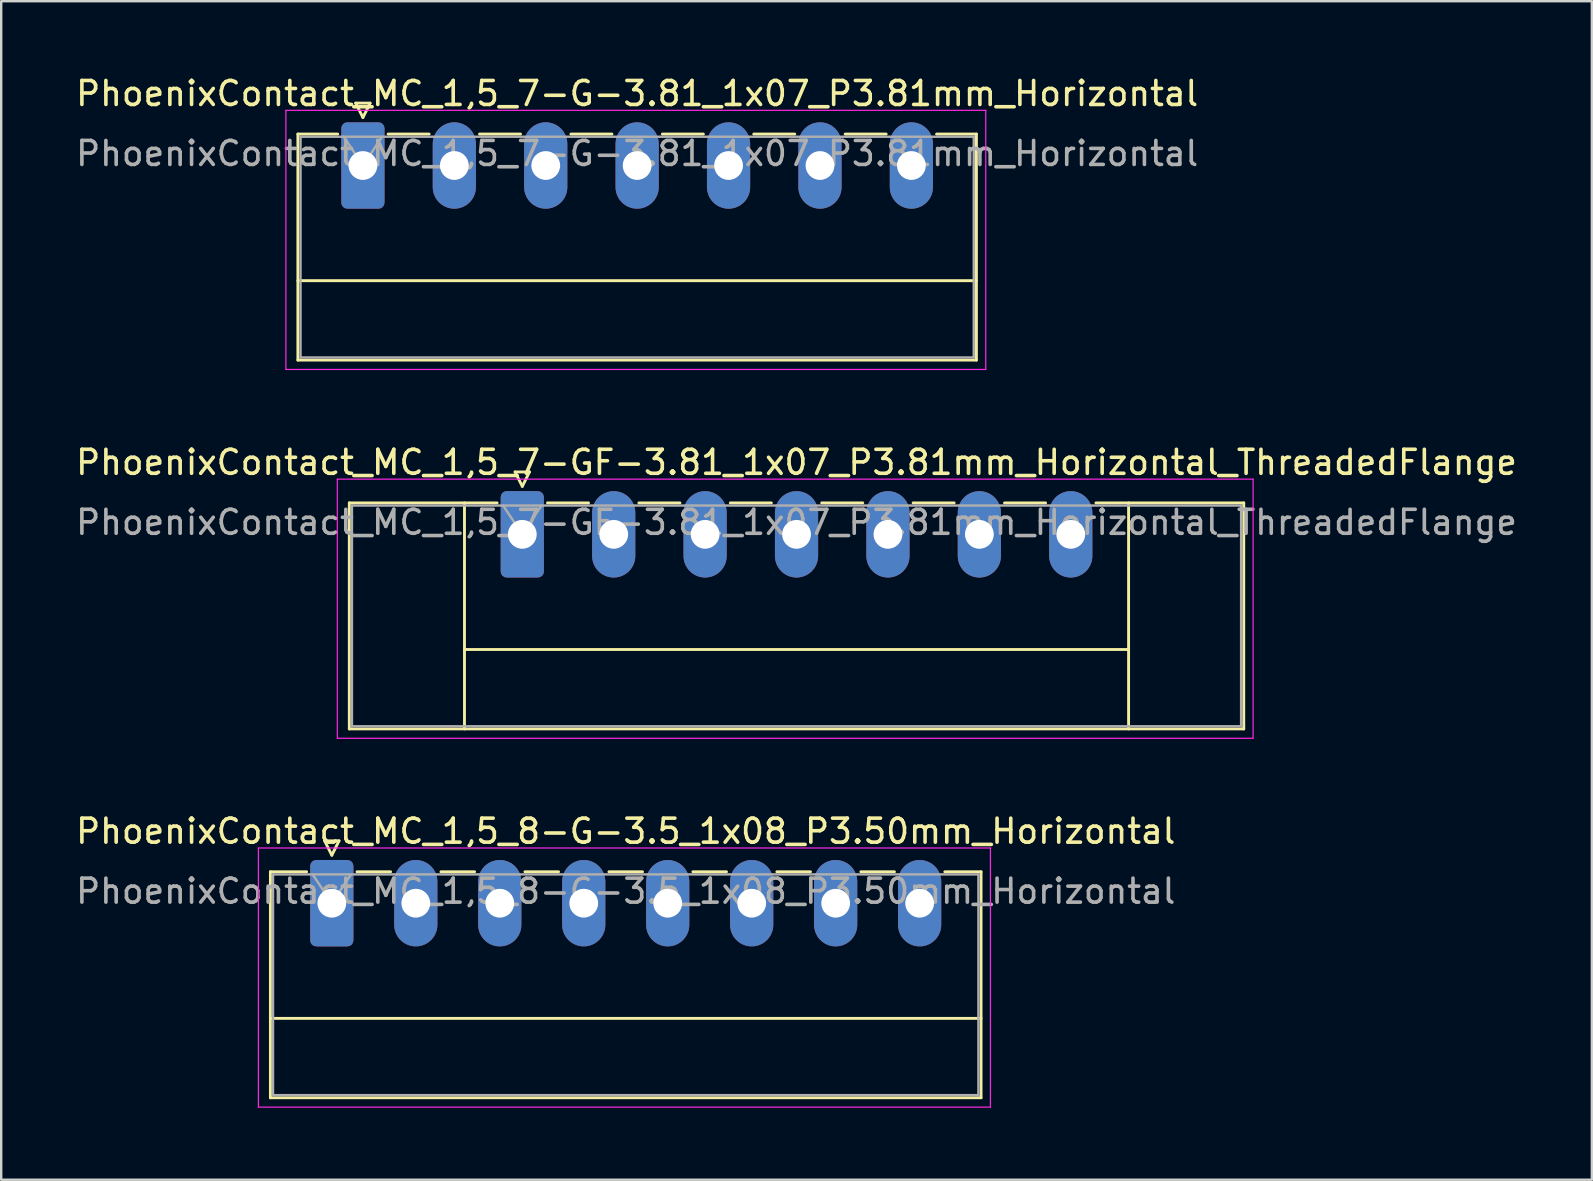
<source format=kicad_pcb>
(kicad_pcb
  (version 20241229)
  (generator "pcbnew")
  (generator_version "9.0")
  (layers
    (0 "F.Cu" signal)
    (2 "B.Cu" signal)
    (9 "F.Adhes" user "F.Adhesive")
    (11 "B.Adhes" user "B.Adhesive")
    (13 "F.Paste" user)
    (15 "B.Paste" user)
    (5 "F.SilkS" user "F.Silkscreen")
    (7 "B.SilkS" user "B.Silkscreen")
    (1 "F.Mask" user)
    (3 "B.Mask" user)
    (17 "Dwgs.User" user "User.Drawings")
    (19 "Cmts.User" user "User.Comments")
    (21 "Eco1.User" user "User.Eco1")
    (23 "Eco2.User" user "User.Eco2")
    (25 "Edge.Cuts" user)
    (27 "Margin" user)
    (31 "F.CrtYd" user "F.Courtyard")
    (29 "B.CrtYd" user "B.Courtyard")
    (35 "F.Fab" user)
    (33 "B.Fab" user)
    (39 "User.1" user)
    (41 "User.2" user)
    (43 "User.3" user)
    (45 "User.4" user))
  (footprint "PhoenixContact_MC_1,5_7-G-3.81_1x07_P3.81mm_Horizontal"
    (layer "F.Cu")
    (at 12.076 3.848)
    (property "Reference" "PhoenixContact_MC_1,5_7-G-3.81_1x07_P3.81mm_Horizontal" (at 11.43 -3 0) (layer "F.SilkS") (effects (font (size 1 1) (thickness 0.15))))
    (attr through_hole)
    (fp_line (start -2.71 -1.31) (end -2.71 8.11) (stroke (width 0.12) (type solid)) (layer "F.SilkS"))
    (fp_line (start -2.71 -1.31) (end -1.05 -1.31) (stroke (width 0.12) (type solid)) (layer "F.SilkS"))
    (fp_line (start -2.71 4.8) (end 25.57 4.8) (stroke (width 0.12) (type solid)) (layer "F.SilkS"))
    (fp_line (start -2.71 8.11) (end 25.57 8.11) (stroke (width 0.12) (type solid)) (layer "F.SilkS"))
    (fp_line (start -0.3 -2.6) (end 0.3 -2.6) (stroke (width 0.12) (type solid)) (layer "F.SilkS"))
    (fp_line (start 0 -2) (end -0.3 -2.6) (stroke (width 0.12) (type solid)) (layer "F.SilkS"))
    (fp_line (start 0.3 -2.6) (end 0 -2) (stroke (width 0.12) (type solid)) (layer "F.SilkS"))
    (fp_line (start 1.05 -1.31) (end 2.76 -1.31) (stroke (width 0.12) (type solid)) (layer "F.SilkS"))
    (fp_line (start 4.86 -1.31) (end 6.57 -1.31) (stroke (width 0.12) (type solid)) (layer "F.SilkS"))
    (fp_line (start 8.67 -1.31) (end 10.38 -1.31) (stroke (width 0.12) (type solid)) (layer "F.SilkS"))
    (fp_line (start 12.48 -1.31) (end 14.19 -1.31) (stroke (width 0.12) (type solid)) (layer "F.SilkS"))
    (fp_line (start 16.29 -1.31) (end 18 -1.31) (stroke (width 0.12) (type solid)) (layer "F.SilkS"))
    (fp_line (start 20.1 -1.31) (end 21.81 -1.31) (stroke (width 0.12) (type solid)) (layer "F.SilkS"))
    (fp_line (start 25.57 -1.31) (end 23.91 -1.31) (stroke (width 0.12) (type solid)) (layer "F.SilkS"))
    (fp_line (start 25.57 8.11) (end 25.57 -1.31) (stroke (width 0.12) (type solid)) (layer "F.SilkS"))
    (fp_line (start -3.21 -2.3) (end -3.21 8.5) (stroke (width 0.05) (type solid)) (layer "F.CrtYd"))
    (fp_line (start -3.21 8.5) (end 25.96 8.5) (stroke (width 0.05) (type solid)) (layer "F.CrtYd"))
    (fp_line (start 25.96 -2.3) (end -3.21 -2.3) (stroke (width 0.05) (type solid)) (layer "F.CrtYd"))
    (fp_line (start 25.96 8.5) (end 25.96 -2.3) (stroke (width 0.05) (type solid)) (layer "F.CrtYd"))
    (fp_line (start -2.6 -1.2) (end -2.6 8) (stroke (width 0.1) (type solid)) (layer "F.Fab"))
    (fp_line (start -2.6 8) (end 25.46 8) (stroke (width 0.1) (type solid)) (layer "F.Fab"))
    (fp_line (start 0 0) (end -0.8 -1.2) (stroke (width 0.1) (type solid)) (layer "F.Fab"))
    (fp_line (start 0.8 -1.2) (end 0 0) (stroke (width 0.1) (type solid)) (layer "F.Fab"))
    (fp_line (start 25.46 -1.2) (end -2.6 -1.2) (stroke (width 0.1) (type solid)) (layer "F.Fab"))
    (fp_line (start 25.46 8) (end 25.46 -1.2) (stroke (width 0.1) (type solid)) (layer "F.Fab"))
    (fp_text user "${REFERENCE}" (at 11.43 -0.5 0) (layer "F.Fab") (effects (font (size 1 1) (thickness 0.15))))
    (pad "1" thru_hole roundrect (at 0 0) (size 1.8 3.6) (drill 1.2) (layers "*.Cu" "*.Mask") (roundrect_rratio 0.139))
    (pad "2" thru_hole oval (at 3.81 0) (size 1.8 3.6) (drill 1.2) (layers "*.Cu" "*.Mask"))
    (pad "3" thru_hole oval (at 7.62 0) (size 1.8 3.6) (drill 1.2) (layers "*.Cu" "*.Mask"))
    (pad "4" thru_hole oval (at 11.43 0) (size 1.8 3.6) (drill 1.2) (layers "*.Cu" "*.Mask"))
    (pad "5" thru_hole oval (at 15.24 0) (size 1.8 3.6) (drill 1.2) (layers "*.Cu" "*.Mask"))
    (pad "6" thru_hole oval (at 19.05 0) (size 1.8 3.6) (drill 1.2) (layers "*.Cu" "*.Mask"))
    (pad "7" thru_hole oval (at 22.86 0) (size 1.8 3.6) (drill 1.2) (layers "*.Cu" "*.Mask")))
  (footprint "PhoenixContact_MC_1,5_7-GF-3.81_1x07_P3.81mm_Horizontal_ThreadedFlange"
    (layer "F.Cu")
    (at 18.719 19.221)
    (property "Reference" "PhoenixContact_MC_1,5_7-GF-3.81_1x07_P3.81mm_Horizontal_ThreadedFlange" (at 11.43 -3 0) (layer "F.SilkS") (effects (font (size 1 1) (thickness 0.15))))
    (attr through_hole)
    (fp_line (start -7.21 -1.31) (end -7.21 8.11) (stroke (width 0.12) (type solid)) (layer "F.SilkS"))
    (fp_line (start -7.21 -1.31) (end -1.05 -1.31) (stroke (width 0.12) (type solid)) (layer "F.SilkS"))
    (fp_line (start -7.21 8.11) (end 30.07 8.11) (stroke (width 0.12) (type solid)) (layer "F.SilkS"))
    (fp_line (start -2.41 -1.31) (end -2.41 8.11) (stroke (width 0.12) (type solid)) (layer "F.SilkS"))
    (fp_line (start -2.41 4.8) (end 25.27 4.8) (stroke (width 0.12) (type solid)) (layer "F.SilkS"))
    (fp_line (start -0.3 -2.6) (end 0.3 -2.6) (stroke (width 0.12) (type solid)) (layer "F.SilkS"))
    (fp_line (start 0 -2) (end -0.3 -2.6) (stroke (width 0.12) (type solid)) (layer "F.SilkS"))
    (fp_line (start 0.3 -2.6) (end 0 -2) (stroke (width 0.12) (type solid)) (layer "F.SilkS"))
    (fp_line (start 1.05 -1.31) (end 2.76 -1.31) (stroke (width 0.12) (type solid)) (layer "F.SilkS"))
    (fp_line (start 4.86 -1.31) (end 6.57 -1.31) (stroke (width 0.12) (type solid)) (layer "F.SilkS"))
    (fp_line (start 8.67 -1.31) (end 10.38 -1.31) (stroke (width 0.12) (type solid)) (layer "F.SilkS"))
    (fp_line (start 12.48 -1.31) (end 14.19 -1.31) (stroke (width 0.12) (type solid)) (layer "F.SilkS"))
    (fp_line (start 16.29 -1.31) (end 18 -1.31) (stroke (width 0.12) (type solid)) (layer "F.SilkS"))
    (fp_line (start 20.1 -1.31) (end 21.81 -1.31) (stroke (width 0.12) (type solid)) (layer "F.SilkS"))
    (fp_line (start 25.27 -1.31) (end 25.27 8.11) (stroke (width 0.12) (type solid)) (layer "F.SilkS"))
    (fp_line (start 30.07 -1.31) (end 23.91 -1.31) (stroke (width 0.12) (type solid)) (layer "F.SilkS"))
    (fp_line (start 30.07 8.11) (end 30.07 -1.31) (stroke (width 0.12) (type solid)) (layer "F.SilkS"))
    (fp_line (start -7.71 -2.3) (end -7.71 8.5) (stroke (width 0.05) (type solid)) (layer "F.CrtYd"))
    (fp_line (start -7.71 8.5) (end 30.46 8.5) (stroke (width 0.05) (type solid)) (layer "F.CrtYd"))
    (fp_line (start 30.46 -2.3) (end -7.71 -2.3) (stroke (width 0.05) (type solid)) (layer "F.CrtYd"))
    (fp_line (start 30.46 8.5) (end 30.46 -2.3) (stroke (width 0.05) (type solid)) (layer "F.CrtYd"))
    (fp_line (start -7.1 -1.2) (end -7.1 8) (stroke (width 0.1) (type solid)) (layer "F.Fab"))
    (fp_line (start -7.1 8) (end 29.96 8) (stroke (width 0.1) (type solid)) (layer "F.Fab"))
    (fp_line (start 0 0) (end -0.8 -1.2) (stroke (width 0.1) (type solid)) (layer "F.Fab"))
    (fp_line (start 0.8 -1.2) (end 0 0) (stroke (width 0.1) (type solid)) (layer "F.Fab"))
    (fp_line (start 29.96 -1.2) (end -7.1 -1.2) (stroke (width 0.1) (type solid)) (layer "F.Fab"))
    (fp_line (start 29.96 8) (end 29.96 -1.2) (stroke (width 0.1) (type solid)) (layer "F.Fab"))
    (fp_text user "${REFERENCE}" (at 11.43 -0.5 0) (layer "F.Fab") (effects (font (size 1 1) (thickness 0.15))))
    (pad "1" thru_hole roundrect (at 0 0) (size 1.8 3.6) (drill 1.2) (layers "*.Cu" "*.Mask") (roundrect_rratio 0.139))
    (pad "2" thru_hole oval (at 3.81 0) (size 1.8 3.6) (drill 1.2) (layers "*.Cu" "*.Mask"))
    (pad "3" thru_hole oval (at 7.62 0) (size 1.8 3.6) (drill 1.2) (layers "*.Cu" "*.Mask"))
    (pad "4" thru_hole oval (at 11.43 0) (size 1.8 3.6) (drill 1.2) (layers "*.Cu" "*.Mask"))
    (pad "5" thru_hole oval (at 15.24 0) (size 1.8 3.6) (drill 1.2) (layers "*.Cu" "*.Mask"))
    (pad "6" thru_hole oval (at 19.05 0) (size 1.8 3.6) (drill 1.2) (layers "*.Cu" "*.Mask"))
    (pad "7" thru_hole oval (at 22.86 0) (size 1.8 3.6) (drill 1.2) (layers "*.Cu" "*.Mask")))
  (footprint "PhoenixContact_MC_1,5_8-G-3.5_1x08_P3.50mm_Horizontal"
    (layer "F.Cu")
    (at 10.78 34.595)
    (property "Reference" "PhoenixContact_MC_1,5_8-G-3.5_1x08_P3.50mm_Horizontal" (at 12.25 -3 0) (layer "F.SilkS") (effects (font (size 1 1) (thickness 0.15))))
    (attr through_hole)
    (fp_line (start -2.56 -1.31) (end -2.56 8.11) (stroke (width 0.12) (type solid)) (layer "F.SilkS"))
    (fp_line (start -2.56 -1.31) (end -1.05 -1.31) (stroke (width 0.12) (type solid)) (layer "F.SilkS"))
    (fp_line (start -2.56 4.8) (end 27.06 4.8) (stroke (width 0.12) (type solid)) (layer "F.SilkS"))
    (fp_line (start -2.56 8.11) (end 27.06 8.11) (stroke (width 0.12) (type solid)) (layer "F.SilkS"))
    (fp_line (start -0.3 -2.6) (end 0.3 -2.6) (stroke (width 0.12) (type solid)) (layer "F.SilkS"))
    (fp_line (start 0 -2) (end -0.3 -2.6) (stroke (width 0.12) (type solid)) (layer "F.SilkS"))
    (fp_line (start 0.3 -2.6) (end 0 -2) (stroke (width 0.12) (type solid)) (layer "F.SilkS"))
    (fp_line (start 1.05 -1.31) (end 2.45 -1.31) (stroke (width 0.12) (type solid)) (layer "F.SilkS"))
    (fp_line (start 4.55 -1.31) (end 5.95 -1.31) (stroke (width 0.12) (type solid)) (layer "F.SilkS"))
    (fp_line (start 8.05 -1.31) (end 9.45 -1.31) (stroke (width 0.12) (type solid)) (layer "F.SilkS"))
    (fp_line (start 11.55 -1.31) (end 12.95 -1.31) (stroke (width 0.12) (type solid)) (layer "F.SilkS"))
    (fp_line (start 15.05 -1.31) (end 16.45 -1.31) (stroke (width 0.12) (type solid)) (layer "F.SilkS"))
    (fp_line (start 18.55 -1.31) (end 19.95 -1.31) (stroke (width 0.12) (type solid)) (layer "F.SilkS"))
    (fp_line (start 22.05 -1.31) (end 23.45 -1.31) (stroke (width 0.12) (type solid)) (layer "F.SilkS"))
    (fp_line (start 27.06 -1.31) (end 25.55 -1.31) (stroke (width 0.12) (type solid)) (layer "F.SilkS"))
    (fp_line (start 27.06 8.11) (end 27.06 -1.31) (stroke (width 0.12) (type solid)) (layer "F.SilkS"))
    (fp_line (start -3.06 -2.3) (end -3.06 8.5) (stroke (width 0.05) (type solid)) (layer "F.CrtYd"))
    (fp_line (start -3.06 8.5) (end 27.45 8.5) (stroke (width 0.05) (type solid)) (layer "F.CrtYd"))
    (fp_line (start 27.45 -2.3) (end -3.06 -2.3) (stroke (width 0.05) (type solid)) (layer "F.CrtYd"))
    (fp_line (start 27.45 8.5) (end 27.45 -2.3) (stroke (width 0.05) (type solid)) (layer "F.CrtYd"))
    (fp_line (start -2.45 -1.2) (end -2.45 8) (stroke (width 0.1) (type solid)) (layer "F.Fab"))
    (fp_line (start -2.45 8) (end 26.95 8) (stroke (width 0.1) (type solid)) (layer "F.Fab"))
    (fp_line (start 0 0) (end -0.8 -1.2) (stroke (width 0.1) (type solid)) (layer "F.Fab"))
    (fp_line (start 0.8 -1.2) (end 0 0) (stroke (width 0.1) (type solid)) (layer "F.Fab"))
    (fp_line (start 26.95 -1.2) (end -2.45 -1.2) (stroke (width 0.1) (type solid)) (layer "F.Fab"))
    (fp_line (start 26.95 8) (end 26.95 -1.2) (stroke (width 0.1) (type solid)) (layer "F.Fab"))
    (fp_text user "${REFERENCE}" (at 12.25 -0.5 0) (layer "F.Fab") (effects (font (size 1 1) (thickness 0.15))))
    (pad "1" thru_hole roundrect (at 0 0) (size 1.8 3.6) (drill 1.2) (layers "*.Cu" "*.Mask") (roundrect_rratio 0.139))
    (pad "2" thru_hole oval (at 3.5 0) (size 1.8 3.6) (drill 1.2) (layers "*.Cu" "*.Mask"))
    (pad "3" thru_hole oval (at 7 0) (size 1.8 3.6) (drill 1.2) (layers "*.Cu" "*.Mask"))
    (pad "4" thru_hole oval (at 10.5 0) (size 1.8 3.6) (drill 1.2) (layers "*.Cu" "*.Mask"))
    (pad "5" thru_hole oval (at 14 0) (size 1.8 3.6) (drill 1.2) (layers "*.Cu" "*.Mask"))
    (pad "6" thru_hole oval (at 17.5 0) (size 1.8 3.6) (drill 1.2) (layers "*.Cu" "*.Mask"))
    (pad "7" thru_hole oval (at 21 0) (size 1.8 3.6) (drill 1.2) (layers "*.Cu" "*.Mask"))
    (pad "8" thru_hole oval (at 24.5 0) (size 1.8 3.6) (drill 1.2) (layers "*.Cu" "*.Mask")))
  (gr_rect
    (start -3 -3)
    (end 63.298 46.12)
    (stroke (width 0.1) (type default))
    (fill no)
    (layer "Edge.Cuts")))
</source>
